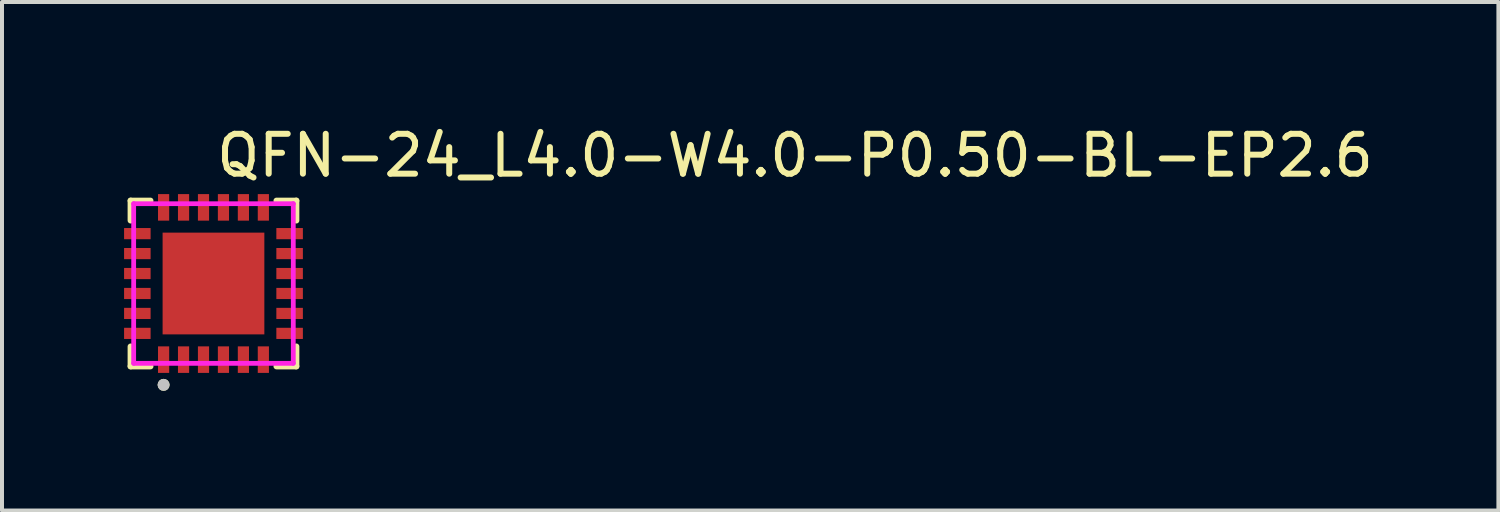
<source format=kicad_pcb>
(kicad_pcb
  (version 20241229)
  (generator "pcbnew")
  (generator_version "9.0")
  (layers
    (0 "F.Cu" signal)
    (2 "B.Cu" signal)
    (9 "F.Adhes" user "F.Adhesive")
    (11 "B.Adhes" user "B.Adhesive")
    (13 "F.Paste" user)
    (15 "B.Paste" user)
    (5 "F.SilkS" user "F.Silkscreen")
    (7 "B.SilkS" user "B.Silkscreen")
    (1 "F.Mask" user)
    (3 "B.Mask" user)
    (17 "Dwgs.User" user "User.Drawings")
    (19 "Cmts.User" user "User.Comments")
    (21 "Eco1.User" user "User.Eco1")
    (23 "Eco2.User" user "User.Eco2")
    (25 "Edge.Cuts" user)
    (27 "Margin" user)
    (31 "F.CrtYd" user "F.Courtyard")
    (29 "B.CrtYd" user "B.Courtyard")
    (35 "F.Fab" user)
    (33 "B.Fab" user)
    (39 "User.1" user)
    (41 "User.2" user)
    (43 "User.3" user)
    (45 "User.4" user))
  (footprint "QFN-24_L4.0-W4.0-P0.50-BL-EP2.6"
    (layer "F.Cu")
    (at 2.3 4.055)
    (property "Reference" "QFN-24_L4.0-W4.0-P0.50-BL-EP2.6" (at 0 -3.207 0) (layer "F.SilkS") (effects (font (size 1 1) (thickness 0.15)) (justify left)))
    (attr through_hole)
    (fp_line (start -2.076 -2.076) (end -1.58 -2.076) (stroke (width 0.152) (type solid)) (layer "F.SilkS"))
    (fp_line (start -2.076 -1.58) (end -2.076 -2.076) (stroke (width 0.152) (type solid)) (layer "F.SilkS"))
    (fp_line (start -2.076 1.58) (end -2.076 2.076) (stroke (width 0.152) (type solid)) (layer "F.SilkS"))
    (fp_line (start -2.076 2.076) (end -1.58 2.076) (stroke (width 0.152) (type solid)) (layer "F.SilkS"))
    (fp_line (start 2.076 -2.076) (end 1.58 -2.076) (stroke (width 0.152) (type solid)) (layer "F.SilkS"))
    (fp_line (start 2.076 -1.58) (end 2.076 -2.076) (stroke (width 0.152) (type solid)) (layer "F.SilkS"))
    (fp_line (start 2.076 1.58) (end 2.076 2.076) (stroke (width 0.152) (type solid)) (layer "F.SilkS"))
    (fp_line (start 2.076 2.076) (end 1.58 2.076) (stroke (width 0.152) (type solid)) (layer "F.SilkS"))
    (fp_circle (center -1.25 2.54) (end -1.175 2.54) (stroke (width 0.15) (type solid)) (fill no) (layer "F.SilkS"))
    (fp_poly (pts (xy -1.575 -1.11) (xy -1.575 -1.39) (xy -2.24 -1.39) (xy -2.24 -1.11)) (stroke (width 0.12) (type solid)) (fill yes) (layer "F.Paste"))
    (fp_poly (pts (xy -1.575 -0.61) (xy -1.575 -0.89) (xy -2.24 -0.89) (xy -2.24 -0.61)) (stroke (width 0.12) (type solid)) (fill yes) (layer "F.Paste"))
    (fp_poly (pts (xy -1.575 -0.11) (xy -1.575 -0.39) (xy -2.24 -0.39) (xy -2.24 -0.11)) (stroke (width 0.12) (type solid)) (fill yes) (layer "F.Paste"))
    (fp_poly (pts (xy -1.575 0.39) (xy -1.575 0.11) (xy -2.24 0.11) (xy -2.24 0.39)) (stroke (width 0.12) (type solid)) (fill yes) (layer "F.Paste"))
    (fp_poly (pts (xy -1.575 0.89) (xy -1.575 0.61) (xy -2.24 0.61) (xy -2.24 0.89)) (stroke (width 0.12) (type solid)) (fill yes) (layer "F.Paste"))
    (fp_poly (pts (xy -1.575 1.39) (xy -1.575 1.11) (xy -2.24 1.11) (xy -2.24 1.39)) (stroke (width 0.12) (type solid)) (fill yes) (layer "F.Paste"))
    (fp_poly (pts (xy -1.39 -2.24) (xy -1.39 -1.575) (xy -1.11 -1.575) (xy -1.11 -2.24)) (stroke (width 0.12) (type solid)) (fill yes) (layer "F.Paste"))
    (fp_poly (pts (xy -1.39 2.24) (xy -1.39 1.575) (xy -1.11 1.575) (xy -1.11 2.24)) (stroke (width 0.12) (type solid)) (fill yes) (layer "F.Paste"))
    (fp_poly (pts (xy -1.02 -1.02) (xy 1.02 -1.02) (xy 1.02 1.02) (xy -1.02 1.02)) (stroke (width 0.12) (type solid)) (fill yes) (layer "F.Paste"))
    (fp_poly (pts (xy -0.89 -2.24) (xy -0.89 -1.575) (xy -0.61 -1.575) (xy -0.61 -2.24)) (stroke (width 0.12) (type solid)) (fill yes) (layer "F.Paste"))
    (fp_poly (pts (xy -0.89 2.24) (xy -0.89 1.575) (xy -0.61 1.575) (xy -0.61 2.24)) (stroke (width 0.12) (type solid)) (fill yes) (layer "F.Paste"))
    (fp_poly (pts (xy -0.39 -2.24) (xy -0.39 -1.575) (xy -0.11 -1.575) (xy -0.11 -2.24)) (stroke (width 0.12) (type solid)) (fill yes) (layer "F.Paste"))
    (fp_poly (pts (xy -0.39 2.24) (xy -0.39 1.575) (xy -0.11 1.575) (xy -0.11 2.24)) (stroke (width 0.12) (type solid)) (fill yes) (layer "F.Paste"))
    (fp_poly (pts (xy 0.11 -2.24) (xy 0.11 -1.575) (xy 0.39 -1.575) (xy 0.39 -2.24)) (stroke (width 0.12) (type solid)) (fill yes) (layer "F.Paste"))
    (fp_poly (pts (xy 0.11 2.24) (xy 0.11 1.575) (xy 0.39 1.575) (xy 0.39 2.24)) (stroke (width 0.12) (type solid)) (fill yes) (layer "F.Paste"))
    (fp_poly (pts (xy 0.61 -2.24) (xy 0.61 -1.575) (xy 0.89 -1.575) (xy 0.89 -2.24)) (stroke (width 0.12) (type solid)) (fill yes) (layer "F.Paste"))
    (fp_poly (pts (xy 0.61 2.24) (xy 0.61 1.575) (xy 0.89 1.575) (xy 0.89 2.24)) (stroke (width 0.12) (type solid)) (fill yes) (layer "F.Paste"))
    (fp_poly (pts (xy 1.11 -2.24) (xy 1.11 -1.575) (xy 1.39 -1.575) (xy 1.39 -2.24)) (stroke (width 0.12) (type solid)) (fill yes) (layer "F.Paste"))
    (fp_poly (pts (xy 1.11 2.24) (xy 1.11 1.575) (xy 1.39 1.575) (xy 1.39 2.24)) (stroke (width 0.12) (type solid)) (fill yes) (layer "F.Paste"))
    (fp_poly (pts (xy 2.24 -1.11) (xy 2.24 -1.39) (xy 1.575 -1.39) (xy 1.575 -1.11)) (stroke (width 0.12) (type solid)) (fill yes) (layer "F.Paste"))
    (fp_poly (pts (xy 2.24 -0.61) (xy 2.24 -0.89) (xy 1.575 -0.89) (xy 1.575 -0.61)) (stroke (width 0.12) (type solid)) (fill yes) (layer "F.Paste"))
    (fp_poly (pts (xy 2.24 -0.11) (xy 2.24 -0.39) (xy 1.575 -0.39) (xy 1.575 -0.11)) (stroke (width 0.12) (type solid)) (fill yes) (layer "F.Paste"))
    (fp_poly (pts (xy 2.24 0.39) (xy 2.24 0.11) (xy 1.575 0.11) (xy 1.575 0.39)) (stroke (width 0.12) (type solid)) (fill yes) (layer "F.Paste"))
    (fp_poly (pts (xy 2.24 0.89) (xy 2.24 0.61) (xy 1.575 0.61) (xy 1.575 0.89)) (stroke (width 0.12) (type solid)) (fill yes) (layer "F.Paste"))
    (fp_poly (pts (xy 2.24 1.39) (xy 2.24 1.11) (xy 1.575 1.11) (xy 1.575 1.39)) (stroke (width 0.12) (type solid)) (fill yes) (layer "F.Paste"))
    (fp_circle (center -1.25 2.54) (end -1.175 2.54) (stroke (width 0.15) (type solid)) (fill no) (layer "Dwgs.User"))
    (fp_circle (center -2 2) (end -1.97 2) (stroke (width 0.06) (type solid)) (fill no) (layer "Eco2.User"))
    (fp_poly (pts (xy -1.6 -1.13) (xy -1.6 -1.37) (xy -2 -1.37) (xy -2 -1.13)) (stroke (width 0.12) (type solid)) (fill no) (layer "Eco2.User"))
    (fp_poly (pts (xy -1.6 -0.63) (xy -1.6 -0.87) (xy -2 -0.87) (xy -2 -0.63)) (stroke (width 0.12) (type solid)) (fill no) (layer "Eco2.User"))
    (fp_poly (pts (xy -1.6 -0.13) (xy -1.6 -0.37) (xy -2 -0.37) (xy -2 -0.13)) (stroke (width 0.12) (type solid)) (fill no) (layer "Eco2.User"))
    (fp_poly (pts (xy -1.6 0.37) (xy -1.6 0.13) (xy -2 0.13) (xy -2 0.37)) (stroke (width 0.12) (type solid)) (fill no) (layer "Eco2.User"))
    (fp_poly (pts (xy -1.6 0.87) (xy -1.6 0.63) (xy -2 0.63) (xy -2 0.87)) (stroke (width 0.12) (type solid)) (fill no) (layer "Eco2.User"))
    (fp_poly (pts (xy -1.6 1.37) (xy -1.6 1.13) (xy -2 1.13) (xy -2 1.37)) (stroke (width 0.12) (type solid)) (fill no) (layer "Eco2.User"))
    (fp_poly (pts (xy -1.37 -2) (xy -1.37 -1.6) (xy -1.13 -1.6) (xy -1.13 -2)) (stroke (width 0.12) (type solid)) (fill no) (layer "Eco2.User"))
    (fp_poly (pts (xy -1.37 2) (xy -1.37 1.6) (xy -1.13 1.6) (xy -1.13 2)) (stroke (width 0.12) (type solid)) (fill no) (layer "Eco2.User"))
    (fp_poly (pts (xy -1.3 -1.3) (xy 1.3 -1.3) (xy 1.3 1.3) (xy -1.3 1.3)) (stroke (width 0.12) (type solid)) (fill no) (layer "Eco2.User"))
    (fp_poly (pts (xy -0.87 -2) (xy -0.87 -1.6) (xy -0.63 -1.6) (xy -0.63 -2)) (stroke (width 0.12) (type solid)) (fill no) (layer "Eco2.User"))
    (fp_poly (pts (xy -0.87 2) (xy -0.87 1.6) (xy -0.63 1.6) (xy -0.63 2)) (stroke (width 0.12) (type solid)) (fill no) (layer "Eco2.User"))
    (fp_poly (pts (xy -0.37 -2) (xy -0.37 -1.6) (xy -0.13 -1.6) (xy -0.13 -2)) (stroke (width 0.12) (type solid)) (fill no) (layer "Eco2.User"))
    (fp_poly (pts (xy -0.37 2) (xy -0.37 1.6) (xy -0.13 1.6) (xy -0.13 2)) (stroke (width 0.12) (type solid)) (fill no) (layer "Eco2.User"))
    (fp_poly (pts (xy 0.13 -2) (xy 0.13 -1.6) (xy 0.37 -1.6) (xy 0.37 -2)) (stroke (width 0.12) (type solid)) (fill no) (layer "Eco2.User"))
    (fp_poly (pts (xy 0.13 2) (xy 0.13 1.6) (xy 0.37 1.6) (xy 0.37 2)) (stroke (width 0.12) (type solid)) (fill no) (layer "Eco2.User"))
    (fp_poly (pts (xy 0.63 -2) (xy 0.63 -1.6) (xy 0.87 -1.6) (xy 0.87 -2)) (stroke (width 0.12) (type solid)) (fill no) (layer "Eco2.User"))
    (fp_poly (pts (xy 0.63 2) (xy 0.63 1.6) (xy 0.87 1.6) (xy 0.87 2)) (stroke (width 0.12) (type solid)) (fill no) (layer "Eco2.User"))
    (fp_poly (pts (xy 1.13 -2) (xy 1.13 -1.6) (xy 1.37 -1.6) (xy 1.37 -2)) (stroke (width 0.12) (type solid)) (fill no) (layer "Eco2.User"))
    (fp_poly (pts (xy 1.13 2) (xy 1.13 1.6) (xy 1.37 1.6) (xy 1.37 2)) (stroke (width 0.12) (type solid)) (fill no) (layer "Eco2.User"))
    (fp_poly (pts (xy 1.6 -1.13) (xy 1.6 -1.37) (xy 2 -1.37) (xy 2 -1.13)) (stroke (width 0.12) (type solid)) (fill no) (layer "Eco2.User"))
    (fp_poly (pts (xy 1.6 -0.63) (xy 1.6 -0.87) (xy 2 -0.87) (xy 2 -0.63)) (stroke (width 0.12) (type solid)) (fill no) (layer "Eco2.User"))
    (fp_poly (pts (xy 1.6 -0.13) (xy 1.6 -0.37) (xy 2 -0.37) (xy 2 -0.13)) (stroke (width 0.12) (type solid)) (fill no) (layer "Eco2.User"))
    (fp_poly (pts (xy 1.6 0.37) (xy 1.6 0.13) (xy 2 0.13) (xy 2 0.37)) (stroke (width 0.12) (type solid)) (fill no) (layer "Eco2.User"))
    (fp_poly (pts (xy 1.6 0.87) (xy 1.6 0.63) (xy 2 0.63) (xy 2 0.87)) (stroke (width 0.12) (type solid)) (fill no) (layer "Eco2.User"))
    (fp_poly (pts (xy 1.6 1.37) (xy 1.6 1.13) (xy 2 1.13) (xy 2 1.37)) (stroke (width 0.12) (type solid)) (fill no) (layer "Eco2.User"))
    (fp_line (start -2 -2) (end 2 -2) (stroke (width 0.12) (type solid)) (layer "F.CrtYd"))
    (fp_line (start -2 2) (end -2 -2) (stroke (width 0.12) (type solid)) (layer "F.CrtYd"))
    (fp_line (start 2 -2) (end 2 2) (stroke (width 0.12) (type solid)) (layer "F.CrtYd"))
    (fp_line (start 2 2) (end -2 2) (stroke (width 0.12) (type solid)) (layer "F.CrtYd"))
    (pad "1" smd rect (at -1.25 1.908) (size 0.28 0.665) (layers "F.Cu" "F.Mask" "F.Paste"))
    (pad "2" smd rect (at -0.75 1.908) (size 0.28 0.665) (layers "F.Cu" "F.Mask" "F.Paste"))
    (pad "3" smd rect (at -0.25 1.908) (size 0.28 0.665) (layers "F.Cu" "F.Mask" "F.Paste"))
    (pad "4" smd rect (at 0.25 1.908) (size 0.28 0.665) (layers "F.Cu" "F.Mask" "F.Paste"))
    (pad "5" smd rect (at 0.75 1.908) (size 0.28 0.665) (layers "F.Cu" "F.Mask" "F.Paste"))
    (pad "6" smd rect (at 1.25 1.908) (size 0.28 0.665) (layers "F.Cu" "F.Mask" "F.Paste"))
    (pad "7" smd rect (at 1.908 1.25) (size 0.665 0.28) (layers "F.Cu" "F.Mask" "F.Paste"))
    (pad "8" smd rect (at 1.908 0.75) (size 0.665 0.28) (layers "F.Cu" "F.Mask" "F.Paste"))
    (pad "9" smd rect (at 1.908 0.25) (size 0.665 0.28) (layers "F.Cu" "F.Mask" "F.Paste"))
    (pad "10" smd rect (at 1.908 -0.25) (size 0.665 0.28) (layers "F.Cu" "F.Mask" "F.Paste"))
    (pad "11" smd rect (at 1.908 -0.75) (size 0.665 0.28) (layers "F.Cu" "F.Mask" "F.Paste"))
    (pad "12" smd rect (at 1.908 -1.25) (size 0.665 0.28) (layers "F.Cu" "F.Mask" "F.Paste"))
    (pad "13" smd rect (at 1.25 -1.908) (size 0.28 0.665) (layers "F.Cu" "F.Mask" "F.Paste"))
    (pad "14" smd rect (at 0.75 -1.908) (size 0.28 0.665) (layers "F.Cu" "F.Mask" "F.Paste"))
    (pad "15" smd rect (at 0.25 -1.908) (size 0.28 0.665) (layers "F.Cu" "F.Mask" "F.Paste"))
    (pad "16" smd rect (at -0.25 -1.908) (size 0.28 0.665) (layers "F.Cu" "F.Mask" "F.Paste"))
    (pad "17" smd rect (at -0.75 -1.908) (size 0.28 0.665) (layers "F.Cu" "F.Mask" "F.Paste"))
    (pad "18" smd rect (at -1.25 -1.908) (size 0.28 0.665) (layers "F.Cu" "F.Mask" "F.Paste"))
    (pad "19" smd rect (at -1.908 -1.25) (size 0.665 0.28) (layers "F.Cu" "F.Mask" "F.Paste"))
    (pad "20" smd rect (at -1.908 -0.75) (size 0.665 0.28) (layers "F.Cu" "F.Mask" "F.Paste"))
    (pad "21" smd rect (at -1.908 -0.25) (size 0.665 0.28) (layers "F.Cu" "F.Mask" "F.Paste"))
    (pad "22" smd rect (at -1.908 0.25) (size 0.665 0.28) (layers "F.Cu" "F.Mask" "F.Paste"))
    (pad "23" smd rect (at -1.908 0.75) (size 0.665 0.28) (layers "F.Cu" "F.Mask" "F.Paste"))
    (pad "24" smd rect (at -1.908 1.25) (size 0.665 0.28) (layers "F.Cu" "F.Mask" "F.Paste"))
    (pad "25" smd rect (at 0 0) (size 2.55 2.55) (layers "F.Cu" "F.Mask" "F.Paste")))
  (gr_rect
    (start -3 -3)
    (end 34.502 9.745)
    (stroke (width 0.1) (type default))
    (fill no)
    (layer "Edge.Cuts")))
</source>
